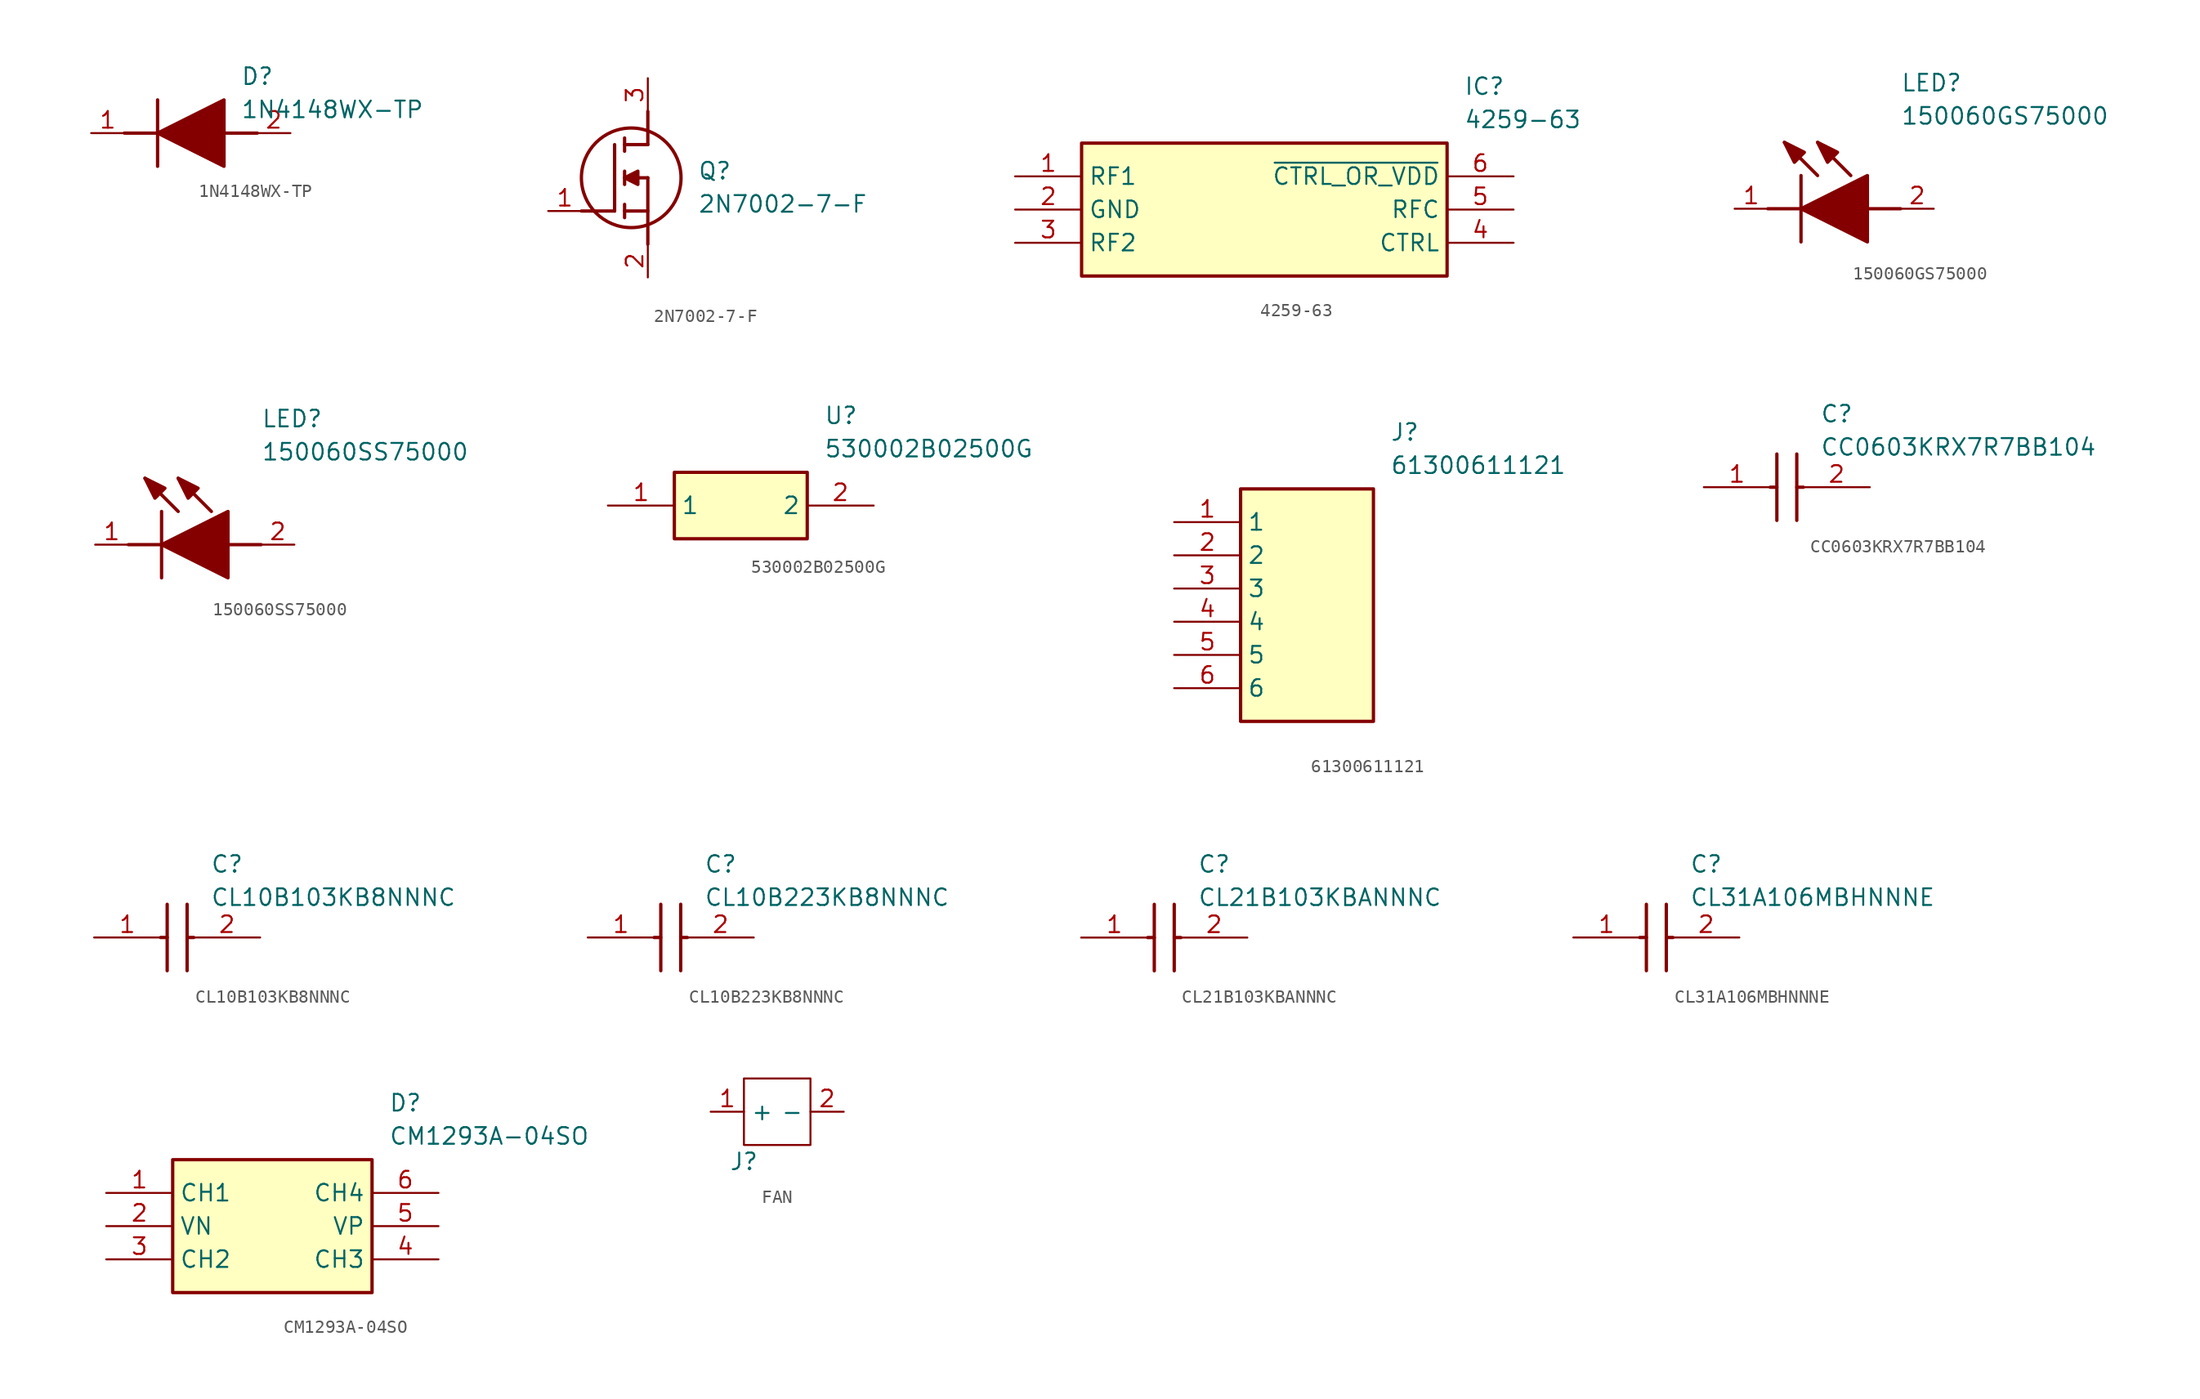
<source format=kicad_sym>
(kicad_symbol_lib
  (version 20231120)
  (generator "kicad_symbol_editor")
  (generator_version "8.0")
  (symbol "1N4148WX-TP"
    (pin_names hide)
    (property "Reference" "D"
      (at 11.43 5.08 0)
      (effects (font (size 1.27 1.27)) (justify left top)))
    (property "Value" "1N4148WX-TP"
      (at 11.43 2.54 0)
      (effects (font (size 1.27 1.27)) (justify left top)))
    (symbol "1N4148WX-TP_1_1"
      (polyline (pts (xy 2.54 0) (xy 5.08 0)) (stroke (width 0.254) (type default)) (fill (type none)))
      (polyline (pts (xy 5.08 2.54) (xy 5.08 -2.54)) (stroke (width 0.254) (type default)) (fill (type none)))
      (polyline (pts (xy 10.16 0) (xy 12.7 0)) (stroke (width 0.254) (type default)) (fill (type none)))
      (polyline (pts (xy 5.08 0) (xy 10.16 2.54) (xy 10.16 -2.54) (xy 5.08 0)) (stroke (width 0.254) (type default)) (fill (type outline)))
      (pin passive line (at 0 0 0) (length 2.54) (name "K" (effects (font (size 1.27 1.27)))) (number "1" (effects (font (size 1.27 1.27)))))
      (pin passive line (at 15.24 0 180) (length 2.54) (name "A" (effects (font (size 1.27 1.27)))) (number "2" (effects (font (size 1.27 1.27)))))))
  (symbol "2N7002-7-F"
    (pin_names hide)
    (property "Reference" "Q"
      (at 11.43 3.81 0)
      (effects (font (size 1.27 1.27)) (justify left top)))
    (property "Value" "2N7002-7-F"
      (at 11.43 1.27 0)
      (effects (font (size 1.27 1.27)) (justify left top)))
    (symbol "2N7002-7-F_1_1"
      (polyline (pts (xy 2.54 0) (xy 5.08 0)) (stroke (width 0.254) (type default)) (fill (type none)))
      (polyline (pts (xy 5.08 5.08) (xy 5.08 0)) (stroke (width 0.254) (type default)) (fill (type none)))
      (polyline (pts (xy 5.842 -0.508) (xy 5.842 0.508)) (stroke (width 0.254) (type default)) (fill (type none)))
      (polyline (pts (xy 5.842 0) (xy 7.62 0)) (stroke (width 0.254) (type default)) (fill (type none)))
      (polyline (pts (xy 5.842 2.032) (xy 5.842 3.048)) (stroke (width 0.254) (type default)) (fill (type none)))
      (polyline (pts (xy 5.842 5.588) (xy 5.842 4.572)) (stroke (width 0.254) (type default)) (fill (type none)))
      (polyline (pts (xy 7.62 2.54) (xy 5.842 2.54)) (stroke (width 0.254) (type default)) (fill (type none)))
      (polyline (pts (xy 7.62 2.54) (xy 7.62 -2.54)) (stroke (width 0.254) (type default)) (fill (type none)))
      (polyline (pts (xy 7.62 5.08) (xy 5.842 5.08)) (stroke (width 0.254) (type default)) (fill (type none)))
      (polyline (pts (xy 7.62 5.08) (xy 7.62 7.62)) (stroke (width 0.254) (type default)) (fill (type none)))
      (polyline (pts (xy 5.842 2.54) (xy 6.858 3.048) (xy 6.858 2.032) (xy 5.842 2.54)) (stroke (width 0.254) (type default)) (fill (type outline)))
      (circle (center 6.35 2.54) (radius 3.81) (stroke (width 0.254) (type default)) (fill (type none)))
      (pin passive line (at 0 0 0) (length 2.54) (name "G" (effects (font (size 1.27 1.27)))) (number "1" (effects (font (size 1.27 1.27)))))
      (pin passive line (at 7.62 -5.08 90) (length 2.54) (name "S" (effects (font (size 1.27 1.27)))) (number "2" (effects (font (size 1.27 1.27)))))
      (pin passive line (at 7.62 10.16 270) (length 2.54) (name "D" (effects (font (size 1.27 1.27)))) (number "3" (effects (font (size 1.27 1.27)))))))
  (symbol "4259-63"
    (property "Reference" "IC"
      (at 34.29 7.62 0)
      (effects (font (size 1.27 1.27)) (justify left top)))
    (property "Value" "4259-63"
      (at 34.29 5.08 0)
      (effects (font (size 1.27 1.27)) (justify left top)))
    (symbol "4259-63_1_1"
      (rectangle (start 5.08 2.54) (end 33.02 -7.62) (stroke (width 0.254) (type default)) (fill (type background)))
      (pin passive line (at 0 0 0) (length 5.08) (name "RF1" (effects (font (size 1.27 1.27)))) (number "1" (effects (font (size 1.27 1.27)))))
      (pin passive line (at 0 -2.54 0) (length 5.08) (name "GND" (effects (font (size 1.27 1.27)))) (number "2" (effects (font (size 1.27 1.27)))))
      (pin passive line (at 0 -5.08 0) (length 5.08) (name "RF2" (effects (font (size 1.27 1.27)))) (number "3" (effects (font (size 1.27 1.27)))))
      (pin passive line (at 38.1 -5.08 180) (length 5.08) (name "CTRL" (effects (font (size 1.27 1.27)))) (number "4" (effects (font (size 1.27 1.27)))))
      (pin passive line (at 38.1 -2.54 180) (length 5.08) (name "RFC" (effects (font (size 1.27 1.27)))) (number "5" (effects (font (size 1.27 1.27)))))
      (pin passive line (at 38.1 0 180) (length 5.08) (name "~{CTRL_OR_VDD}" (effects (font (size 1.27 1.27)))) (number "6" (effects (font (size 1.27 1.27)))))))
  (symbol "150060GS75000"
    (pin_names hide)
    (property "Reference" "LED"
      (at 12.7 8.89 0)
      (effects (font (size 1.27 1.27)) (justify left bottom)))
    (property "Value" "150060GS75000"
      (at 12.7 6.35 0)
      (effects (font (size 1.27 1.27)) (justify left bottom)))
    (symbol "150060GS75000_1_1"
      (polyline (pts (xy 2.54 0) (xy 5.08 0)) (stroke (width 0.254) (type default)) (fill (type none)))
      (polyline (pts (xy 5.08 2.54) (xy 5.08 -2.54)) (stroke (width 0.254) (type default)) (fill (type none)))
      (polyline (pts (xy 6.35 2.54) (xy 3.81 5.08)) (stroke (width 0.254) (type default)) (fill (type none)))
      (polyline (pts (xy 8.89 2.54) (xy 6.35 5.08)) (stroke (width 0.254) (type default)) (fill (type none)))
      (polyline (pts (xy 10.16 0) (xy 12.7 0)) (stroke (width 0.254) (type default)) (fill (type none)))
      (polyline (pts (xy 5.08 0) (xy 10.16 2.54) (xy 10.16 -2.54) (xy 5.08 0)) (stroke (width 0.254) (type default)) (fill (type outline)))
      (polyline (pts (xy 5.334 4.318) (xy 4.572 3.556) (xy 3.81 5.08) (xy 5.334 4.318)) (stroke (width 0.254) (type default)) (fill (type outline)))
      (polyline (pts (xy 7.874 4.318) (xy 7.112 3.556) (xy 6.35 5.08) (xy 7.874 4.318)) (stroke (width 0.254) (type default)) (fill (type outline)))
      (pin passive line (at 0 0 0) (length 2.54) (name "K" (effects (font (size 1.27 1.27)))) (number "1" (effects (font (size 1.27 1.27)))))
      (pin passive line (at 15.24 0 180) (length 2.54) (name "A" (effects (font (size 1.27 1.27)))) (number "2" (effects (font (size 1.27 1.27)))))))
  (symbol "150060SS75000"
    (pin_names hide)
    (property "Reference" "LED"
      (at 12.7 8.89 0)
      (effects (font (size 1.27 1.27)) (justify left bottom)))
    (property "Value" "150060SS75000"
      (at 12.7 6.35 0)
      (effects (font (size 1.27 1.27)) (justify left bottom)))
    (symbol "150060SS75000_1_1"
      (polyline (pts (xy 2.54 0) (xy 5.08 0)) (stroke (width 0.254) (type default)) (fill (type none)))
      (polyline (pts (xy 5.08 2.54) (xy 5.08 -2.54)) (stroke (width 0.254) (type default)) (fill (type none)))
      (polyline (pts (xy 6.35 2.54) (xy 3.81 5.08)) (stroke (width 0.254) (type default)) (fill (type none)))
      (polyline (pts (xy 8.89 2.54) (xy 6.35 5.08)) (stroke (width 0.254) (type default)) (fill (type none)))
      (polyline (pts (xy 10.16 0) (xy 12.7 0)) (stroke (width 0.254) (type default)) (fill (type none)))
      (polyline (pts (xy 5.08 0) (xy 10.16 2.54) (xy 10.16 -2.54) (xy 5.08 0)) (stroke (width 0.254) (type default)) (fill (type outline)))
      (polyline (pts (xy 5.334 4.318) (xy 4.572 3.556) (xy 3.81 5.08) (xy 5.334 4.318)) (stroke (width 0.254) (type default)) (fill (type outline)))
      (polyline (pts (xy 7.874 4.318) (xy 7.112 3.556) (xy 6.35 5.08) (xy 7.874 4.318)) (stroke (width 0.254) (type default)) (fill (type outline)))
      (pin passive line (at 0 0 0) (length 2.54) (name "K" (effects (font (size 1.27 1.27)))) (number "1" (effects (font (size 1.27 1.27)))))
      (pin passive line (at 15.24 0 180) (length 2.54) (name "A" (effects (font (size 1.27 1.27)))) (number "2" (effects (font (size 1.27 1.27)))))))
  (symbol "530002B02500G"
    (property "Reference" "U"
      (at 16.51 7.62 0)
      (effects (font (size 1.27 1.27)) (justify left top)))
    (property "Value" "530002B02500G"
      (at 16.51 5.08 0)
      (effects (font (size 1.27 1.27)) (justify left top)))
    (symbol "530002B02500G_1_1"
      (rectangle (start 5.08 2.54) (end 15.24 -2.54) (stroke (width 0.254) (type default)) (fill (type background)))
      (pin passive line (at 0 0 0) (length 5.08) (name "1" (effects (font (size 1.27 1.27)))) (number "1" (effects (font (size 1.27 1.27)))))
      (pin passive line (at 20.32 0 180) (length 5.08) (name "2" (effects (font (size 1.27 1.27)))) (number "2" (effects (font (size 1.27 1.27)))))))
  (symbol "61300611121"
    (property "Reference" "J"
      (at 16.51 7.62 0)
      (effects (font (size 1.27 1.27)) (justify left top)))
    (property "Value" "61300611121"
      (at 16.51 5.08 0)
      (effects (font (size 1.27 1.27)) (justify left top)))
    (symbol "61300611121_1_1"
      (rectangle (start 5.08 2.54) (end 15.24 -15.24) (stroke (width 0.254) (type default)) (fill (type background)))
      (pin passive line (at 0 0 0) (length 5.08) (name "1" (effects (font (size 1.27 1.27)))) (number "1" (effects (font (size 1.27 1.27)))))
      (pin passive line (at 0 -2.54 0) (length 5.08) (name "2" (effects (font (size 1.27 1.27)))) (number "2" (effects (font (size 1.27 1.27)))))
      (pin passive line (at 0 -5.08 0) (length 5.08) (name "3" (effects (font (size 1.27 1.27)))) (number "3" (effects (font (size 1.27 1.27)))))
      (pin passive line (at 0 -7.62 0) (length 5.08) (name "4" (effects (font (size 1.27 1.27)))) (number "4" (effects (font (size 1.27 1.27)))))
      (pin passive line (at 0 -10.16 0) (length 5.08) (name "5" (effects (font (size 1.27 1.27)))) (number "5" (effects (font (size 1.27 1.27)))))
      (pin passive line (at 0 -12.7 0) (length 5.08) (name "6" (effects (font (size 1.27 1.27)))) (number "6" (effects (font (size 1.27 1.27)))))))
  (symbol "CC0603KRX7R7BB104"
    (pin_names hide)
    (property "Reference" "C"
      (at 8.89 6.35 0)
      (effects (font (size 1.27 1.27)) (justify left top)))
    (property "Value" "CC0603KRX7R7BB104"
      (at 8.89 3.81 0)
      (effects (font (size 1.27 1.27)) (justify left top)))
    (symbol "CC0603KRX7R7BB104_1_1"
      (polyline (pts (xy 5.08 0) (xy 5.588 0)) (stroke (width 0.254) (type default)) (fill (type none)))
      (polyline (pts (xy 5.588 2.54) (xy 5.588 -2.54)) (stroke (width 0.254) (type default)) (fill (type none)))
      (polyline (pts (xy 7.112 0) (xy 7.62 0)) (stroke (width 0.254) (type default)) (fill (type none)))
      (polyline (pts (xy 7.112 2.54) (xy 7.112 -2.54)) (stroke (width 0.254) (type default)) (fill (type none)))
      (pin passive line (at 0 0 0) (length 5.08) (name "1" (effects (font (size 1.27 1.27)))) (number "1" (effects (font (size 1.27 1.27)))))
      (pin passive line (at 12.7 0 180) (length 5.08) (name "2" (effects (font (size 1.27 1.27)))) (number "2" (effects (font (size 1.27 1.27)))))))
  (symbol "CL10B103KB8NNNC"
    (pin_names hide)
    (property "Reference" "C"
      (at 8.89 6.35 0)
      (effects (font (size 1.27 1.27)) (justify left top)))
    (property "Value" "CL10B103KB8NNNC"
      (at 8.89 3.81 0)
      (effects (font (size 1.27 1.27)) (justify left top)))
    (symbol "CL10B103KB8NNNC_1_1"
      (polyline (pts (xy 5.08 0) (xy 5.588 0)) (stroke (width 0.254) (type default)) (fill (type none)))
      (polyline (pts (xy 5.588 2.54) (xy 5.588 -2.54)) (stroke (width 0.254) (type default)) (fill (type none)))
      (polyline (pts (xy 7.112 0) (xy 7.62 0)) (stroke (width 0.254) (type default)) (fill (type none)))
      (polyline (pts (xy 7.112 2.54) (xy 7.112 -2.54)) (stroke (width 0.254) (type default)) (fill (type none)))
      (pin passive line (at 0 0 0) (length 5.08) (name "1" (effects (font (size 1.27 1.27)))) (number "1" (effects (font (size 1.27 1.27)))))
      (pin passive line (at 12.7 0 180) (length 5.08) (name "2" (effects (font (size 1.27 1.27)))) (number "2" (effects (font (size 1.27 1.27)))))))
  (symbol "CL10B223KB8NNNC"
    (pin_names hide)
    (property "Reference" "C"
      (at 8.89 6.35 0)
      (effects (font (size 1.27 1.27)) (justify left top)))
    (property "Value" "CL10B223KB8NNNC"
      (at 8.89 3.81 0)
      (effects (font (size 1.27 1.27)) (justify left top)))
    (symbol "CL10B223KB8NNNC_1_1"
      (polyline (pts (xy 5.08 0) (xy 5.588 0)) (stroke (width 0.254) (type default)) (fill (type none)))
      (polyline (pts (xy 5.588 2.54) (xy 5.588 -2.54)) (stroke (width 0.254) (type default)) (fill (type none)))
      (polyline (pts (xy 7.112 0) (xy 7.62 0)) (stroke (width 0.254) (type default)) (fill (type none)))
      (polyline (pts (xy 7.112 2.54) (xy 7.112 -2.54)) (stroke (width 0.254) (type default)) (fill (type none)))
      (pin passive line (at 0 0 0) (length 5.08) (name "1" (effects (font (size 1.27 1.27)))) (number "1" (effects (font (size 1.27 1.27)))))
      (pin passive line (at 12.7 0 180) (length 5.08) (name "2" (effects (font (size 1.27 1.27)))) (number "2" (effects (font (size 1.27 1.27)))))))
  (symbol "CL21B103KBANNNC"
    (pin_names hide)
    (property "Reference" "C"
      (at 8.89 6.35 0)
      (effects (font (size 1.27 1.27)) (justify left top)))
    (property "Value" "CL21B103KBANNNC"
      (at 8.89 3.81 0)
      (effects (font (size 1.27 1.27)) (justify left top)))
    (symbol "CL21B103KBANNNC_1_1"
      (polyline (pts (xy 5.08 0) (xy 5.588 0)) (stroke (width 0.254) (type default)) (fill (type none)))
      (polyline (pts (xy 5.588 2.54) (xy 5.588 -2.54)) (stroke (width 0.254) (type default)) (fill (type none)))
      (polyline (pts (xy 7.112 0) (xy 7.62 0)) (stroke (width 0.254) (type default)) (fill (type none)))
      (polyline (pts (xy 7.112 2.54) (xy 7.112 -2.54)) (stroke (width 0.254) (type default)) (fill (type none)))
      (pin passive line (at 0 0 0) (length 5.08) (name "1" (effects (font (size 1.27 1.27)))) (number "1" (effects (font (size 1.27 1.27)))))
      (pin passive line (at 12.7 0 180) (length 5.08) (name "2" (effects (font (size 1.27 1.27)))) (number "2" (effects (font (size 1.27 1.27)))))))
  (symbol "CL31A106MBHNNNE"
    (pin_names hide)
    (property "Reference" "C"
      (at 8.89 6.35 0)
      (effects (font (size 1.27 1.27)) (justify left top)))
    (property "Value" "CL31A106MBHNNNE"
      (at 8.89 3.81 0)
      (effects (font (size 1.27 1.27)) (justify left top)))
    (symbol "CL31A106MBHNNNE_1_1"
      (polyline (pts (xy 5.08 0) (xy 5.588 0)) (stroke (width 0.254) (type default)) (fill (type none)))
      (polyline (pts (xy 5.588 2.54) (xy 5.588 -2.54)) (stroke (width 0.254) (type default)) (fill (type none)))
      (polyline (pts (xy 7.112 0) (xy 7.62 0)) (stroke (width 0.254) (type default)) (fill (type none)))
      (polyline (pts (xy 7.112 2.54) (xy 7.112 -2.54)) (stroke (width 0.254) (type default)) (fill (type none)))
      (pin passive line (at 0 0 0) (length 5.08) (name "1" (effects (font (size 1.27 1.27)))) (number "1" (effects (font (size 1.27 1.27)))))
      (pin passive line (at 12.7 0 180) (length 5.08) (name "2" (effects (font (size 1.27 1.27)))) (number "2" (effects (font (size 1.27 1.27)))))))
  (symbol "CM1293A-04SO"
    (property "Reference" "D"
      (at 21.59 7.62 0)
      (effects (font (size 1.27 1.27)) (justify left top)))
    (property "Value" "CM1293A-04SO"
      (at 21.59 5.08 0)
      (effects (font (size 1.27 1.27)) (justify left top)))
    (symbol "CM1293A-04SO_1_1"
      (rectangle (start 5.08 2.54) (end 20.32 -7.62) (stroke (width 0.254) (type default)) (fill (type background)))
      (pin passive line (at 0 0 0) (length 5.08) (name "CH1" (effects (font (size 1.27 1.27)))) (number "1" (effects (font (size 1.27 1.27)))))
      (pin passive line (at 0 -2.54 0) (length 5.08) (name "VN" (effects (font (size 1.27 1.27)))) (number "2" (effects (font (size 1.27 1.27)))))
      (pin passive line (at 0 -5.08 0) (length 5.08) (name "CH2" (effects (font (size 1.27 1.27)))) (number "3" (effects (font (size 1.27 1.27)))))
      (pin passive line (at 25.4 -5.08 180) (length 5.08) (name "CH3" (effects (font (size 1.27 1.27)))) (number "4" (effects (font (size 1.27 1.27)))))
      (pin passive line (at 25.4 -2.54 180) (length 5.08) (name "VP" (effects (font (size 1.27 1.27)))) (number "5" (effects (font (size 1.27 1.27)))))
      (pin passive line (at 25.4 0 180) (length 5.08) (name "CH4" (effects (font (size 1.27 1.27)))) (number "6" (effects (font (size 1.27 1.27)))))))
  (symbol "FAN"
    (property "Reference" "J"
      (at -2.54 -3.81 0)
      (effects (font (size 1.27 1.27))))
    (property "Value" ""
      (at 0 0 0)
      (effects (font (size 1.27 1.27))))
    (symbol "FAN_0_1"
      (rectangle (start -2.54 2.54) (end 2.54 -2.54) (stroke (width 0) (type default)) (fill (type none))))
    (symbol "FAN_1_1"
      (pin input line (at -5.08 0 0) (length 2.54) (name "+" (effects (font (size 1.27 1.27)))) (number "1" (effects (font (size 1.27 1.27)))))
      (pin input line (at 5.08 0 180) (length 2.54) (name "-" (effects (font (size 1.27 1.27)))) (number "2" (effects (font (size 1.27 1.27))))))))
</source>
